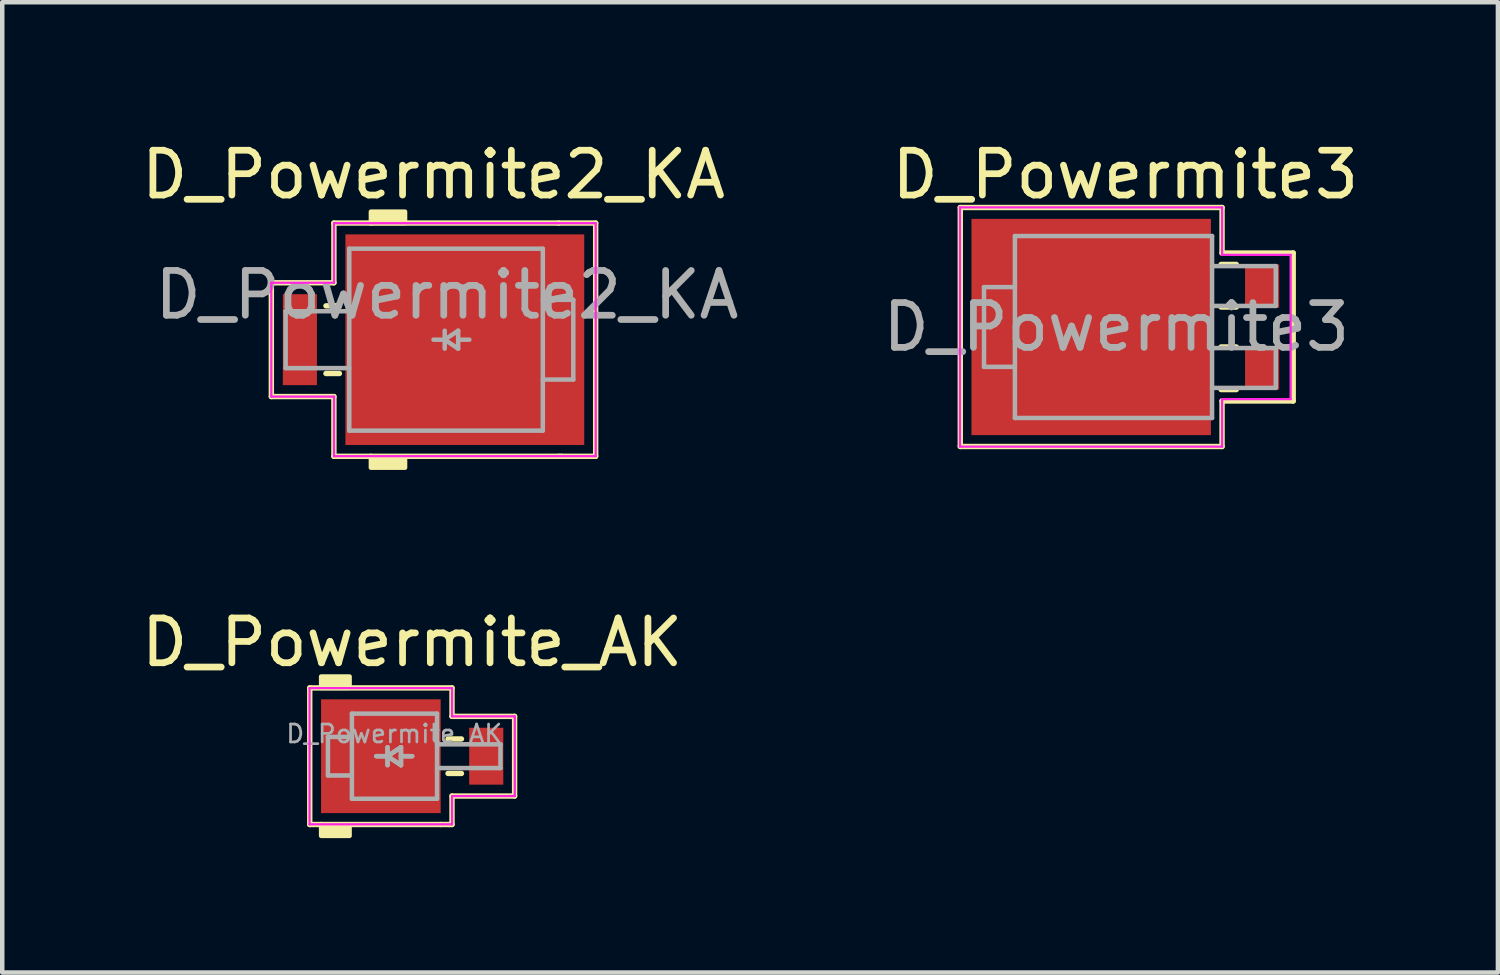
<source format=kicad_pcb>
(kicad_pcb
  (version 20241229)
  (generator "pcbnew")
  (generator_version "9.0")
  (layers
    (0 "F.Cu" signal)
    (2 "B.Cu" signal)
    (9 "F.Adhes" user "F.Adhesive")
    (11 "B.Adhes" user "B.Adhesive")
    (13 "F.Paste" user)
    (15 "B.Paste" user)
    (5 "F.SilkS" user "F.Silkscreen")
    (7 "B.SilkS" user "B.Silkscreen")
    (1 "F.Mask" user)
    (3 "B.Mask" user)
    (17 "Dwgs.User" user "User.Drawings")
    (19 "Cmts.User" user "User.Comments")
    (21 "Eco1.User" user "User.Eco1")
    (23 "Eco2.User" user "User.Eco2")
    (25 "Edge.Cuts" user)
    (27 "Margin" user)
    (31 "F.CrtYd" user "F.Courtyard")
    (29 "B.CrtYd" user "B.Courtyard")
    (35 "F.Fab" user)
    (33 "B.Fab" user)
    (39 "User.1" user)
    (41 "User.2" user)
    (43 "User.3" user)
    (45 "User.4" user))
  (footprint "D_Powermite2_KA"
    (layer "F.Cu")
    (at 6.625 4.531)
    (property "Reference" "D_Powermite2_KA" (at 0 -3.683 0) (layer "F.SilkS") (effects (font (size 1 1) (thickness 0.15))))
    (attr smd)
    (fp_line (start -3.619 -1.27) (end -2.223 -1.27) (stroke (width 0.12) (type solid)) (layer "F.SilkS"))
    (fp_line (start -3.619 1.27) (end -3.619 -1.27) (stroke (width 0.12) (type solid)) (layer "F.SilkS"))
    (fp_line (start -2.4 -0.755) (end -2.1 -0.755) (stroke (width 0.12) (type solid)) (layer "F.SilkS"))
    (fp_line (start -2.4 0.755) (end -2.1 0.755) (stroke (width 0.12) (type solid)) (layer "F.SilkS"))
    (fp_line (start -2.223 -2.603) (end -1.397 -2.603) (stroke (width 0.12) (type solid)) (layer "F.SilkS"))
    (fp_line (start -2.223 -1.27) (end -2.223 -2.603) (stroke (width 0.12) (type solid)) (layer "F.SilkS"))
    (fp_line (start -2.223 1.27) (end -3.619 1.27) (stroke (width 0.12) (type solid)) (layer "F.SilkS"))
    (fp_line (start -2.223 2.603) (end -2.223 1.27) (stroke (width 0.12) (type solid)) (layer "F.SilkS"))
    (fp_line (start -1.397 -2.603) (end 2.794 -2.603) (stroke (width 0.12) (type solid)) (layer "F.SilkS"))
    (fp_line (start -1.397 2.603) (end -2.223 2.603) (stroke (width 0.12) (type solid)) (layer "F.SilkS"))
    (fp_line (start -1.397 2.603) (end 2.794 2.603) (stroke (width 0.12) (type solid)) (layer "F.SilkS"))
    (fp_line (start 2.794 -2.603) (end 3.619 -2.603) (stroke (width 0.12) (type solid)) (layer "F.SilkS"))
    (fp_line (start 2.857 2.603) (end 2.794 2.603) (stroke (width 0.12) (type solid)) (layer "F.SilkS"))
    (fp_line (start 3.619 -2.603) (end 3.619 2.603) (stroke (width 0.12) (type solid)) (layer "F.SilkS"))
    (fp_line (start 3.619 2.603) (end 2.857 2.603) (stroke (width 0.12) (type solid)) (layer "F.SilkS"))
    (fp_poly (pts (xy -0.635 -2.603) (xy -1.397 -2.603) (xy -1.397 -2.857) (xy -0.635 -2.857)) (stroke (width 0.1) (type solid)) (fill yes) (layer "F.SilkS"))
    (fp_poly (pts (xy -0.635 2.857) (xy -1.397 2.857) (xy -1.397 2.603) (xy -0.635 2.603)) (stroke (width 0.1) (type solid)) (fill yes) (layer "F.SilkS"))
    (fp_line (start -3.62 -1.27) (end -3.62 1.27) (stroke (width 0.05) (type solid)) (layer "F.CrtYd"))
    (fp_line (start -3.62 1.27) (end -2.22 1.27) (stroke (width 0.05) (type solid)) (layer "F.CrtYd"))
    (fp_line (start -2.22 -2.6) (end -2.22 -1.27) (stroke (width 0.05) (type solid)) (layer "F.CrtYd"))
    (fp_line (start -2.22 -1.27) (end -3.62 -1.27) (stroke (width 0.05) (type solid)) (layer "F.CrtYd"))
    (fp_line (start -2.22 1.27) (end -2.22 2.6) (stroke (width 0.05) (type solid)) (layer "F.CrtYd"))
    (fp_line (start -2.22 2.6) (end 3.62 2.6) (stroke (width 0.05) (type solid)) (layer "F.CrtYd"))
    (fp_line (start 3.62 -2.6) (end -2.22 -2.6) (stroke (width 0.05) (type solid)) (layer "F.CrtYd"))
    (fp_line (start 3.62 2.6) (end 3.62 -2.6) (stroke (width 0.05) (type solid)) (layer "F.CrtYd"))
    (fp_line (start -3.3 -0.635) (end -3.3 0.635) (stroke (width 0.1) (type solid)) (layer "F.Fab"))
    (fp_line (start -3.3 -0.635) (end -1.88 -0.635) (stroke (width 0.1) (type solid)) (layer "F.Fab"))
    (fp_line (start -3.3 0.635) (end -1.88 0.635) (stroke (width 0.1) (type solid)) (layer "F.Fab"))
    (fp_line (start -1.88 -2.03) (end -1.88 2.03) (stroke (width 0.1) (type solid)) (layer "F.Fab"))
    (fp_line (start -1.88 2.03) (end 2.44 2.03) (stroke (width 0.1) (type solid)) (layer "F.Fab"))
    (fp_line (start 0.25 0) (end 0 0) (stroke (width 0.1) (type solid)) (layer "F.Fab"))
    (fp_line (start 0.25 0) (end 0.55 0.2) (stroke (width 0.1) (type solid)) (layer "F.Fab"))
    (fp_line (start 0.25 0.2) (end 0.25 -0.2) (stroke (width 0.1) (type solid)) (layer "F.Fab"))
    (fp_line (start 0.55 -0.2) (end 0.25 0) (stroke (width 0.1) (type solid)) (layer "F.Fab"))
    (fp_line (start 0.55 0) (end 0.8 0) (stroke (width 0.1) (type solid)) (layer "F.Fab"))
    (fp_line (start 0.55 0.2) (end 0.55 -0.2) (stroke (width 0.1) (type solid)) (layer "F.Fab"))
    (fp_line (start 2.44 -2.03) (end -1.88 -2.03) (stroke (width 0.1) (type solid)) (layer "F.Fab"))
    (fp_line (start 2.44 -0.89) (end 3.12 -0.89) (stroke (width 0.1) (type solid)) (layer "F.Fab"))
    (fp_line (start 2.44 2.03) (end 2.44 -2.03) (stroke (width 0.1) (type solid)) (layer "F.Fab"))
    (fp_line (start 3.12 -0.89) (end 3.12 0.89) (stroke (width 0.1) (type solid)) (layer "F.Fab"))
    (fp_line (start 3.12 0.89) (end 2.44 0.89) (stroke (width 0.1) (type solid)) (layer "F.Fab"))
    (fp_text user "${REFERENCE}" (at 0.3 -1 0) (layer "F.Fab") (effects (font (size 1 1) (thickness 0.15))))
    (pad "1" smd rect (at -2.982 0) (size 0.762 2.03) (layers "F.Cu" "F.Mask" "F.Paste"))
    (pad "2" smd rect (at 0.699 0) (size 5.33 4.7) (layers "F.Cu" "F.Mask" "F.Paste")))
  (footprint "D_Powermite3"
    (layer "F.Cu")
    (at 22.065 4.248)
    (property "Reference" "D_Powermite3" (at 0 -3.4 0) (layer "F.SilkS") (effects (font (size 1 1) (thickness 0.15))))
    (attr smd)
    (fp_line (start -3.683 -2.667) (end 2.159 -2.667) (stroke (width 0.12) (type solid)) (layer "F.SilkS"))
    (fp_line (start -3.683 2.667) (end -3.683 -2.667) (stroke (width 0.12) (type solid)) (layer "F.SilkS"))
    (fp_line (start 2.159 -2.667) (end 2.159 -1.651) (stroke (width 0.12) (type solid)) (layer "F.SilkS"))
    (fp_line (start 2.159 -1.651) (end 3.747 -1.651) (stroke (width 0.12) (type solid)) (layer "F.SilkS"))
    (fp_line (start 2.159 1.651) (end 2.159 2.667) (stroke (width 0.12) (type solid)) (layer "F.SilkS"))
    (fp_line (start 2.159 2.667) (end -3.683 2.667) (stroke (width 0.12) (type solid)) (layer "F.SilkS"))
    (fp_line (start 2.477 -1.397) (end 2.138 -1.397) (stroke (width 0.12) (type solid)) (layer "F.SilkS"))
    (fp_line (start 2.477 -0.445) (end 2.138 -0.445) (stroke (width 0.12) (type solid)) (layer "F.SilkS"))
    (fp_line (start 2.477 0.445) (end 2.138 0.445) (stroke (width 0.12) (type solid)) (layer "F.SilkS"))
    (fp_line (start 2.477 1.397) (end 2.138 1.397) (stroke (width 0.12) (type solid)) (layer "F.SilkS"))
    (fp_line (start 3.747 -1.651) (end 3.747 1.651) (stroke (width 0.12) (type solid)) (layer "F.SilkS"))
    (fp_line (start 3.747 1.651) (end 2.159 1.651) (stroke (width 0.12) (type solid)) (layer "F.SilkS"))
    (fp_line (start -3.69 -2.67) (end -3.69 2.67) (stroke (width 0.05) (type solid)) (layer "F.CrtYd"))
    (fp_line (start -3.69 2.67) (end 2.16 2.67) (stroke (width 0.05) (type solid)) (layer "F.CrtYd"))
    (fp_line (start 2.16 -2.67) (end -3.69 -2.67) (stroke (width 0.05) (type solid)) (layer "F.CrtYd"))
    (fp_line (start 2.16 -1.61) (end 2.16 -2.67) (stroke (width 0.05) (type solid)) (layer "F.CrtYd"))
    (fp_line (start 2.16 1.61) (end 3.69 1.61) (stroke (width 0.05) (type solid)) (layer "F.CrtYd"))
    (fp_line (start 2.16 2.67) (end 2.16 1.61) (stroke (width 0.05) (type solid)) (layer "F.CrtYd"))
    (fp_line (start 3.69 -1.61) (end 2.16 -1.61) (stroke (width 0.05) (type solid)) (layer "F.CrtYd"))
    (fp_line (start 3.69 1.61) (end 3.69 -1.61) (stroke (width 0.05) (type solid)) (layer "F.CrtYd"))
    (fp_line (start -3.154 -0.89) (end -2.464 -0.89) (stroke (width 0.1) (type solid)) (layer "F.Fab"))
    (fp_line (start -3.154 0.89) (end -3.154 -0.89) (stroke (width 0.1) (type solid)) (layer "F.Fab"))
    (fp_line (start -2.464 -2.03) (end -2.464 2.03) (stroke (width 0.1) (type solid)) (layer "F.Fab"))
    (fp_line (start -2.464 0.89) (end -3.154 0.89) (stroke (width 0.1) (type solid)) (layer "F.Fab"))
    (fp_line (start -2.464 2.03) (end 1.936 2.03) (stroke (width 0.1) (type solid)) (layer "F.Fab"))
    (fp_line (start 1.936 -2.03) (end -2.464 -2.03) (stroke (width 0.1) (type solid)) (layer "F.Fab"))
    (fp_line (start 1.936 2.03) (end 1.936 -2.03) (stroke (width 0.1) (type solid)) (layer "F.Fab"))
    (fp_line (start 3.358 -1.359) (end 1.936 -1.359) (stroke (width 0.1) (type solid)) (layer "F.Fab"))
    (fp_line (start 3.358 -0.47) (end 1.936 -0.47) (stroke (width 0.1) (type solid)) (layer "F.Fab"))
    (fp_line (start 3.358 -0.47) (end 3.358 -1.359) (stroke (width 0.1) (type solid)) (layer "F.Fab"))
    (fp_line (start 3.358 0.47) (end 1.936 0.47) (stroke (width 0.1) (type solid)) (layer "F.Fab"))
    (fp_line (start 3.358 1.359) (end 1.936 1.359) (stroke (width 0.1) (type solid)) (layer "F.Fab"))
    (fp_line (start 3.358 1.359) (end 3.358 0.47) (stroke (width 0.1) (type solid)) (layer "F.Fab"))
    (fp_text user "${REFERENCE}" (at -0.2 0 0) (layer "F.Fab") (effects (font (size 1 1) (thickness 0.15))))
    (pad "1" smd rect (at -0.762 0 180) (size 5.344 4.826) (layers "F.Cu" "F.Mask" "F.Paste"))
    (pad "2" smd rect (at 3.053 -0.914 180) (size 0.762 0.965) (layers "F.Cu" "F.Mask" "F.Paste"))
    (pad "3" smd rect (at 3.053 0.914 180) (size 0.762 0.965) (layers "F.Cu" "F.Mask" "F.Paste")))
  (footprint "D_Powermite_AK"
    (layer "F.Cu")
    (at 6.149 13.827)
    (property "Reference" "D_Powermite_AK" (at 0 -2.54 0) (layer "F.SilkS") (effects (font (size 1 1) (thickness 0.15))))
    (attr smd)
    (fp_line (start -2.286 -1.524) (end -2.286 1.524) (stroke (width 0.12) (type solid)) (layer "F.SilkS"))
    (fp_line (start -2.286 -1.524) (end 0.889 -1.524) (stroke (width 0.12) (type solid)) (layer "F.SilkS"))
    (fp_line (start -2.286 1.524) (end -2.032 1.524) (stroke (width 0.12) (type solid)) (layer "F.SilkS"))
    (fp_line (start -2.032 1.524) (end 0.635 1.524) (stroke (width 0.12) (type solid)) (layer "F.SilkS"))
    (fp_line (start 0.635 1.524) (end 0.826 1.524) (stroke (width 0.12) (type solid)) (layer "F.SilkS"))
    (fp_line (start 0.826 1.524) (end 0.889 1.524) (stroke (width 0.12) (type solid)) (layer "F.SilkS"))
    (fp_line (start 0.889 -0.889) (end 0.889 -1.524) (stroke (width 0.12) (type solid)) (layer "F.SilkS"))
    (fp_line (start 0.889 0.889) (end 2.286 0.889) (stroke (width 0.12) (type solid)) (layer "F.SilkS"))
    (fp_line (start 0.889 1.524) (end 0.889 0.889) (stroke (width 0.12) (type solid)) (layer "F.SilkS"))
    (fp_line (start 1.1 -0.385) (end 0.8 -0.385) (stroke (width 0.12) (type solid)) (layer "F.SilkS"))
    (fp_line (start 1.1 0.385) (end 0.8 0.385) (stroke (width 0.12) (type solid)) (layer "F.SilkS"))
    (fp_line (start 2.286 -0.889) (end 0.889 -0.889) (stroke (width 0.12) (type solid)) (layer "F.SilkS"))
    (fp_line (start 2.286 0.889) (end 2.286 -0.889) (stroke (width 0.12) (type solid)) (layer "F.SilkS"))
    (fp_poly (pts (xy -1.397 -1.524) (xy -2.032 -1.524) (xy -2.032 -1.778) (xy -1.397 -1.778)) (stroke (width 0.1) (type solid)) (fill yes) (layer "F.SilkS"))
    (fp_poly (pts (xy -1.397 1.778) (xy -2.032 1.778) (xy -2.032 1.524) (xy -1.397 1.524)) (stroke (width 0.1) (type solid)) (fill yes) (layer "F.SilkS"))
    (fp_line (start -2.29 -1.52) (end -2.29 1.52) (stroke (width 0.05) (type solid)) (layer "F.CrtYd"))
    (fp_line (start -2.29 1.52) (end 0.89 1.52) (stroke (width 0.05) (type solid)) (layer "F.CrtYd"))
    (fp_line (start 0.89 -1.52) (end -2.29 -1.52) (stroke (width 0.05) (type solid)) (layer "F.CrtYd"))
    (fp_line (start 0.89 -0.89) (end 0.89 -1.52) (stroke (width 0.05) (type solid)) (layer "F.CrtYd"))
    (fp_line (start 0.89 0.89) (end 2.29 0.89) (stroke (width 0.05) (type solid)) (layer "F.CrtYd"))
    (fp_line (start 0.89 1.52) (end 0.89 0.89) (stroke (width 0.05) (type solid)) (layer "F.CrtYd"))
    (fp_line (start 2.29 -0.89) (end 0.89 -0.89) (stroke (width 0.05) (type solid)) (layer "F.CrtYd"))
    (fp_line (start 2.29 0.89) (end 2.29 -0.89) (stroke (width 0.05) (type solid)) (layer "F.CrtYd"))
    (fp_line (start -1.88 -0.43) (end -1.345 -0.43) (stroke (width 0.1) (type solid)) (layer "F.Fab"))
    (fp_line (start -1.88 0.43) (end -1.88 -0.43) (stroke (width 0.1) (type solid)) (layer "F.Fab"))
    (fp_line (start -1.345 -0.95) (end -1.345 0.95) (stroke (width 0.1) (type solid)) (layer "F.Fab"))
    (fp_line (start -1.345 0.43) (end -1.88 0.43) (stroke (width 0.1) (type solid)) (layer "F.Fab"))
    (fp_line (start -1.345 0.95) (end 0.555 0.95) (stroke (width 0.1) (type solid)) (layer "F.Fab"))
    (fp_line (start -0.55 0) (end -0.8 0) (stroke (width 0.1) (type solid)) (layer "F.Fab"))
    (fp_line (start -0.55 0) (end -0.8 0) (stroke (width 0.1) (type solid)) (layer "F.Fab"))
    (fp_line (start -0.55 0) (end -0.25 0.2) (stroke (width 0.1) (type solid)) (layer "F.Fab"))
    (fp_line (start -0.55 0) (end -0.25 0.2) (stroke (width 0.1) (type solid)) (layer "F.Fab"))
    (fp_line (start -0.55 0.2) (end -0.55 -0.2) (stroke (width 0.1) (type solid)) (layer "F.Fab"))
    (fp_line (start -0.55 0.2) (end -0.55 -0.2) (stroke (width 0.1) (type solid)) (layer "F.Fab"))
    (fp_line (start -0.25 -0.2) (end -0.55 0) (stroke (width 0.1) (type solid)) (layer "F.Fab"))
    (fp_line (start -0.25 -0.2) (end -0.55 0) (stroke (width 0.1) (type solid)) (layer "F.Fab"))
    (fp_line (start -0.25 0) (end 0 0) (stroke (width 0.1) (type solid)) (layer "F.Fab"))
    (fp_line (start -0.25 0) (end 0 0) (stroke (width 0.1) (type solid)) (layer "F.Fab"))
    (fp_line (start -0.25 0.2) (end -0.25 -0.2) (stroke (width 0.1) (type solid)) (layer "F.Fab"))
    (fp_line (start -0.25 0.2) (end -0.25 -0.2) (stroke (width 0.1) (type solid)) (layer "F.Fab"))
    (fp_line (start 0.555 -0.95) (end -1.345 -0.95) (stroke (width 0.1) (type solid)) (layer "F.Fab"))
    (fp_line (start 0.555 0.95) (end 0.555 -0.95) (stroke (width 0.1) (type solid)) (layer "F.Fab"))
    (fp_line (start 1.97 -0.265) (end 0.555 -0.265) (stroke (width 0.1) (type solid)) (layer "F.Fab"))
    (fp_line (start 1.97 0.265) (end 0.555 0.265) (stroke (width 0.1) (type solid)) (layer "F.Fab"))
    (fp_line (start 1.97 0.265) (end 1.97 -0.265) (stroke (width 0.1) (type solid)) (layer "F.Fab"))
    (fp_text user "${REFERENCE}" (at -0.4 -0.5 0) (layer "F.Fab") (effects (font (size 0.4 0.4) (thickness 0.06))))
    (pad "1" smd rect (at -0.699 0) (size 2.67 2.54) (layers "F.Cu" "F.Mask" "F.Paste"))
    (pad "2" smd rect (at 1.653 0) (size 0.762 1.27) (layers "F.Cu" "F.Mask" "F.Paste")))
  (gr_rect
    (start -3 -3)
    (end 30.381 18.655)
    (stroke (width 0.1) (type default))
    (fill no)
    (layer "Edge.Cuts")))
</source>
